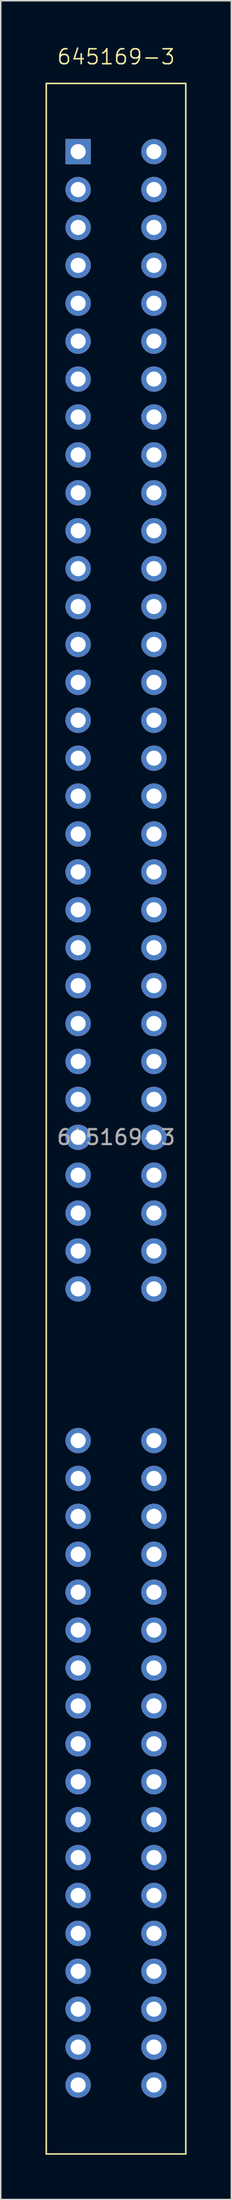
<source format=kicad_pcb>
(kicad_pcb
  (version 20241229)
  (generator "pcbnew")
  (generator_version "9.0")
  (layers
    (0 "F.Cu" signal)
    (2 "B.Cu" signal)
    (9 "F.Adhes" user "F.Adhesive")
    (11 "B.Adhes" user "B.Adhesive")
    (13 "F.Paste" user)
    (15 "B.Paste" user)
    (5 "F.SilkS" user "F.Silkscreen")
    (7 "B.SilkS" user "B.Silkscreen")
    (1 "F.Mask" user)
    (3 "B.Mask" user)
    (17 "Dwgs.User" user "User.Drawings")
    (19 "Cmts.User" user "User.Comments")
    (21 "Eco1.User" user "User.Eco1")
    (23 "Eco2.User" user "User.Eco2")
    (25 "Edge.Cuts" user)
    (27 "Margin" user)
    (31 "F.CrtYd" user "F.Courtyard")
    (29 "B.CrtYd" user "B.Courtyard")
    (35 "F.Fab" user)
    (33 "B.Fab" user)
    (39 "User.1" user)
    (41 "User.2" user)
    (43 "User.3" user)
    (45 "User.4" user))
  (footprint "645169-3"
    (layer "F.Cu")
    (at 4.725 71.88)
    (property "Reference" "645169-3" (at 0 -71.12 0) (unlocked yes) (layer "F.SilkS") (effects (font (size 1 1) (thickness 0.1))))
    (attr through_hole)
    (fp_line (start -4.675 -69.34) (end -4.675 69.39) (stroke (width 0.1) (type default)) (layer "F.SilkS"))
    (fp_line (start -4.675 -69.34) (end 4.675 -69.34) (stroke (width 0.1) (type default)) (layer "F.SilkS"))
    (fp_line (start -4.675 69.39) (end 4.675 69.39) (stroke (width 0.1) (type default)) (layer "F.SilkS"))
    (fp_line (start 4.675 69.39) (end 4.675 -69.34) (stroke (width 0.1) (type default)) (layer "F.SilkS"))
    (fp_text user "${REFERENCE}" (at 0 1.27 0) (unlocked yes) (layer "F.Fab") (effects (font (size 1 1) (thickness 0.15))))
    (pad "1" thru_hole rect (at -2.54 -64.77) (size 1.7 1.7) (drill 1.016) (layers "*.Cu" "*.Mask"))
    (pad "2" thru_hole circle (at -2.54 -62.23) (size 1.7 1.7) (drill 1.016) (layers "*.Cu" "*.Mask"))
    (pad "3" thru_hole circle (at -2.54 -59.69) (size 1.7 1.7) (drill 1.016) (layers "*.Cu" "*.Mask"))
    (pad "4" thru_hole circle (at -2.54 -57.15) (size 1.7 1.7) (drill 1.016) (layers "*.Cu" "*.Mask"))
    (pad "5" thru_hole circle (at -2.54 -54.61) (size 1.7 1.7) (drill 1.016) (layers "*.Cu" "*.Mask"))
    (pad "6" thru_hole circle (at -2.54 -52.07) (size 1.7 1.7) (drill 1.016) (layers "*.Cu" "*.Mask"))
    (pad "7" thru_hole circle (at -2.54 -49.53) (size 1.7 1.7) (drill 1.016) (layers "*.Cu" "*.Mask"))
    (pad "8" thru_hole circle (at -2.54 -46.99) (size 1.7 1.7) (drill 1.016) (layers "*.Cu" "*.Mask"))
    (pad "9" thru_hole circle (at -2.54 -44.45) (size 1.7 1.7) (drill 1.016) (layers "*.Cu" "*.Mask"))
    (pad "10" thru_hole circle (at -2.54 -41.91) (size 1.7 1.7) (drill 1.016) (layers "*.Cu" "*.Mask"))
    (pad "11" thru_hole circle (at -2.54 -39.37) (size 1.7 1.7) (drill 1.016) (layers "*.Cu" "*.Mask"))
    (pad "12" thru_hole circle (at -2.54 -36.83) (size 1.7 1.7) (drill 1.016) (layers "*.Cu" "*.Mask"))
    (pad "13" thru_hole circle (at -2.54 -34.29) (size 1.7 1.7) (drill 1.016) (layers "*.Cu" "*.Mask"))
    (pad "14" thru_hole circle (at -2.54 -31.75) (size 1.7 1.7) (drill 1.016) (layers "*.Cu" "*.Mask"))
    (pad "15" thru_hole circle (at -2.54 -29.21) (size 1.7 1.7) (drill 1.016) (layers "*.Cu" "*.Mask"))
    (pad "16" thru_hole circle (at -2.54 -26.67) (size 1.7 1.7) (drill 1.016) (layers "*.Cu" "*.Mask"))
    (pad "17" thru_hole circle (at -2.54 -24.13) (size 1.7 1.7) (drill 1.016) (layers "*.Cu" "*.Mask"))
    (pad "18" thru_hole circle (at -2.54 -21.59) (size 1.7 1.7) (drill 1.016) (layers "*.Cu" "*.Mask"))
    (pad "19" thru_hole circle (at -2.54 -19.05) (size 1.7 1.7) (drill 1.016) (layers "*.Cu" "*.Mask"))
    (pad "20" thru_hole circle (at -2.54 -16.51) (size 1.7 1.7) (drill 1.016) (layers "*.Cu" "*.Mask"))
    (pad "21" thru_hole circle (at -2.54 -13.97) (size 1.7 1.7) (drill 1.016) (layers "*.Cu" "*.Mask"))
    (pad "22" thru_hole circle (at -2.54 -11.43) (size 1.7 1.7) (drill 1.016) (layers "*.Cu" "*.Mask"))
    (pad "23" thru_hole circle (at -2.54 -8.89) (size 1.7 1.7) (drill 1.016) (layers "*.Cu" "*.Mask"))
    (pad "24" thru_hole circle (at -2.54 -6.35) (size 1.7 1.7) (drill 1.016) (layers "*.Cu" "*.Mask"))
    (pad "25" thru_hole circle (at -2.54 -3.81) (size 1.7 1.7) (drill 1.016) (layers "*.Cu" "*.Mask"))
    (pad "26" thru_hole circle (at -2.54 -1.27) (size 1.7 1.7) (drill 1.016) (layers "*.Cu" "*.Mask"))
    (pad "27" thru_hole circle (at -2.54 1.27) (size 1.7 1.7) (drill 1.016) (layers "*.Cu" "*.Mask"))
    (pad "28" thru_hole circle (at -2.54 3.81) (size 1.7 1.7) (drill 1.016) (layers "*.Cu" "*.Mask"))
    (pad "29" thru_hole circle (at -2.54 6.35) (size 1.7 1.7) (drill 1.016) (layers "*.Cu" "*.Mask"))
    (pad "30" thru_hole circle (at -2.54 8.89) (size 1.7 1.7) (drill 1.016) (layers "*.Cu" "*.Mask"))
    (pad "31" thru_hole circle (at -2.54 11.43) (size 1.7 1.7) (drill 1.016) (layers "*.Cu" "*.Mask"))
    (pad "32" thru_hole circle (at 2.54 -64.77) (size 1.7 1.7) (drill 1.016) (layers "*.Cu" "*.Mask"))
    (pad "33" thru_hole circle (at 2.54 -62.23) (size 1.7 1.7) (drill 1.016) (layers "*.Cu" "*.Mask"))
    (pad "34" thru_hole circle (at 2.54 -59.69) (size 1.7 1.7) (drill 1.016) (layers "*.Cu" "*.Mask"))
    (pad "35" thru_hole circle (at 2.54 -57.15) (size 1.7 1.7) (drill 1.016) (layers "*.Cu" "*.Mask"))
    (pad "36" thru_hole circle (at 2.54 -54.61) (size 1.7 1.7) (drill 1.016) (layers "*.Cu" "*.Mask"))
    (pad "37" thru_hole circle (at 2.54 -52.07) (size 1.7 1.7) (drill 1.016) (layers "*.Cu" "*.Mask"))
    (pad "38" thru_hole circle (at 2.54 -49.53) (size 1.7 1.7) (drill 1.016) (layers "*.Cu" "*.Mask"))
    (pad "39" thru_hole circle (at 2.54 -46.99) (size 1.7 1.7) (drill 1.016) (layers "*.Cu" "*.Mask"))
    (pad "40" thru_hole circle (at 2.54 -44.45) (size 1.7 1.7) (drill 1.016) (layers "*.Cu" "*.Mask"))
    (pad "41" thru_hole circle (at 2.54 -41.91) (size 1.7 1.7) (drill 1.016) (layers "*.Cu" "*.Mask"))
    (pad "42" thru_hole circle (at 2.54 -39.37) (size 1.7 1.7) (drill 1.016) (layers "*.Cu" "*.Mask"))
    (pad "43" thru_hole circle (at 2.54 -36.83) (size 1.7 1.7) (drill 1.016) (layers "*.Cu" "*.Mask"))
    (pad "44" thru_hole circle (at 2.54 -34.29) (size 1.7 1.7) (drill 1.016) (layers "*.Cu" "*.Mask"))
    (pad "45" thru_hole circle (at 2.54 -31.75) (size 1.7 1.7) (drill 1.016) (layers "*.Cu" "*.Mask"))
    (pad "46" thru_hole circle (at 2.54 -29.21) (size 1.7 1.7) (drill 1.016) (layers "*.Cu" "*.Mask"))
    (pad "47" thru_hole circle (at 2.54 -26.67) (size 1.7 1.7) (drill 1.016) (layers "*.Cu" "*.Mask"))
    (pad "48" thru_hole circle (at 2.54 -24.13) (size 1.7 1.7) (drill 1.016) (layers "*.Cu" "*.Mask"))
    (pad "49" thru_hole circle (at 2.54 -21.59) (size 1.7 1.7) (drill 1.016) (layers "*.Cu" "*.Mask"))
    (pad "50" thru_hole circle (at 2.54 -19.05) (size 1.7 1.7) (drill 1.016) (layers "*.Cu" "*.Mask"))
    (pad "51" thru_hole circle (at 2.54 -16.51) (size 1.7 1.7) (drill 1.016) (layers "*.Cu" "*.Mask"))
    (pad "52" thru_hole circle (at 2.54 -13.97) (size 1.7 1.7) (drill 1.016) (layers "*.Cu" "*.Mask"))
    (pad "53" thru_hole circle (at 2.54 -11.43) (size 1.7 1.7) (drill 1.016) (layers "*.Cu" "*.Mask"))
    (pad "54" thru_hole circle (at 2.54 -8.89) (size 1.7 1.7) (drill 1.016) (layers "*.Cu" "*.Mask"))
    (pad "55" thru_hole circle (at 2.54 -6.35) (size 1.7 1.7) (drill 1.016) (layers "*.Cu" "*.Mask"))
    (pad "56" thru_hole circle (at 2.54 -3.81) (size 1.7 1.7) (drill 1.016) (layers "*.Cu" "*.Mask"))
    (pad "57" thru_hole circle (at 2.54 -1.27) (size 1.7 1.7) (drill 1.016) (layers "*.Cu" "*.Mask"))
    (pad "58" thru_hole circle (at 2.54 1.27) (size 1.7 1.7) (drill 1.016) (layers "*.Cu" "*.Mask"))
    (pad "59" thru_hole circle (at 2.54 3.81) (size 1.7 1.7) (drill 1.016) (layers "*.Cu" "*.Mask"))
    (pad "60" thru_hole circle (at 2.54 6.35) (size 1.7 1.7) (drill 1.016) (layers "*.Cu" "*.Mask"))
    (pad "61" thru_hole circle (at 2.54 8.89) (size 1.7 1.7) (drill 1.016) (layers "*.Cu" "*.Mask"))
    (pad "62" thru_hole circle (at 2.54 11.43) (size 1.7 1.7) (drill 1.016) (layers "*.Cu" "*.Mask"))
    (pad "63" thru_hole circle (at -2.54 21.59) (size 1.7 1.7) (drill 1.016) (layers "*.Cu" "*.Mask"))
    (pad "64" thru_hole circle (at -2.54 24.13) (size 1.7 1.7) (drill 1.016) (layers "*.Cu" "*.Mask"))
    (pad "65" thru_hole circle (at -2.54 26.67) (size 1.7 1.7) (drill 1.016) (layers "*.Cu" "*.Mask"))
    (pad "66" thru_hole circle (at -2.54 29.21) (size 1.7 1.7) (drill 1.016) (layers "*.Cu" "*.Mask"))
    (pad "67" thru_hole circle (at -2.54 31.75) (size 1.7 1.7) (drill 1.016) (layers "*.Cu" "*.Mask"))
    (pad "68" thru_hole circle (at -2.54 34.29) (size 1.7 1.7) (drill 1.016) (layers "*.Cu" "*.Mask"))
    (pad "69" thru_hole circle (at -2.54 36.83) (size 1.7 1.7) (drill 1.016) (layers "*.Cu" "*.Mask"))
    (pad "70" thru_hole circle (at -2.54 39.37) (size 1.7 1.7) (drill 1.016) (layers "*.Cu" "*.Mask"))
    (pad "71" thru_hole circle (at -2.54 41.91) (size 1.7 1.7) (drill 1.016) (layers "*.Cu" "*.Mask"))
    (pad "72" thru_hole circle (at -2.54 44.45) (size 1.7 1.7) (drill 1.016) (layers "*.Cu" "*.Mask"))
    (pad "73" thru_hole circle (at -2.54 46.99) (size 1.7 1.7) (drill 1.016) (layers "*.Cu" "*.Mask"))
    (pad "74" thru_hole circle (at -2.54 49.53) (size 1.7 1.7) (drill 1.016) (layers "*.Cu" "*.Mask"))
    (pad "75" thru_hole circle (at -2.54 52.07) (size 1.7 1.7) (drill 1.016) (layers "*.Cu" "*.Mask"))
    (pad "76" thru_hole circle (at -2.54 54.61) (size 1.7 1.7) (drill 1.016) (layers "*.Cu" "*.Mask"))
    (pad "77" thru_hole circle (at -2.54 57.15) (size 1.7 1.7) (drill 1.016) (layers "*.Cu" "*.Mask"))
    (pad "78" thru_hole circle (at -2.54 59.69) (size 1.7 1.7) (drill 1.016) (layers "*.Cu" "*.Mask"))
    (pad "79" thru_hole circle (at -2.54 62.23) (size 1.7 1.7) (drill 1.016) (layers "*.Cu" "*.Mask"))
    (pad "80" thru_hole circle (at -2.54 64.77) (size 1.7 1.7) (drill 1.016) (layers "*.Cu" "*.Mask"))
    (pad "81" thru_hole circle (at 2.54 21.59) (size 1.7 1.7) (drill 1.016) (layers "*.Cu" "*.Mask"))
    (pad "82" thru_hole circle (at 2.54 24.13) (size 1.7 1.7) (drill 1.016) (layers "*.Cu" "*.Mask"))
    (pad "83" thru_hole circle (at 2.54 26.67) (size 1.7 1.7) (drill 1.016) (layers "*.Cu" "*.Mask"))
    (pad "84" thru_hole circle (at 2.54 29.21) (size 1.7 1.7) (drill 1.016) (layers "*.Cu" "*.Mask"))
    (pad "85" thru_hole circle (at 2.54 31.75) (size 1.7 1.7) (drill 1.016) (layers "*.Cu" "*.Mask"))
    (pad "86" thru_hole circle (at 2.54 34.29) (size 1.7 1.7) (drill 1.016) (layers "*.Cu" "*.Mask"))
    (pad "87" thru_hole circle (at 2.54 36.83) (size 1.7 1.7) (drill 1.016) (layers "*.Cu" "*.Mask"))
    (pad "88" thru_hole circle (at 2.54 39.37) (size 1.7 1.7) (drill 1.016) (layers "*.Cu" "*.Mask"))
    (pad "89" thru_hole circle (at 2.54 41.91) (size 1.7 1.7) (drill 1.016) (layers "*.Cu" "*.Mask"))
    (pad "90" thru_hole circle (at 2.54 44.45) (size 1.7 1.7) (drill 1.016) (layers "*.Cu" "*.Mask"))
    (pad "91" thru_hole circle (at 2.54 46.99) (size 1.7 1.7) (drill 1.016) (layers "*.Cu" "*.Mask"))
    (pad "92" thru_hole circle (at 2.54 49.53) (size 1.7 1.7) (drill 1.016) (layers "*.Cu" "*.Mask"))
    (pad "93" thru_hole circle (at 2.54 52.07) (size 1.7 1.7) (drill 1.016) (layers "*.Cu" "*.Mask"))
    (pad "94" thru_hole circle (at 2.54 54.61) (size 1.7 1.7) (drill 1.016) (layers "*.Cu" "*.Mask"))
    (pad "95" thru_hole circle (at 2.54 57.15) (size 1.7 1.7) (drill 1.016) (layers "*.Cu" "*.Mask"))
    (pad "96" thru_hole circle (at 2.54 59.69) (size 1.7 1.7) (drill 1.016) (layers "*.Cu" "*.Mask"))
    (pad "97" thru_hole circle (at 2.54 62.23) (size 1.7 1.7) (drill 1.016) (layers "*.Cu" "*.Mask"))
    (pad "98" thru_hole circle (at 2.54 64.77) (size 1.7 1.7) (drill 1.016) (layers "*.Cu" "*.Mask")))
  (gr_rect
    (start -3 -3)
    (end 12.45 144.321)
    (stroke (width 0.1) (type default))
    (fill no)
    (layer "Edge.Cuts")))
</source>
